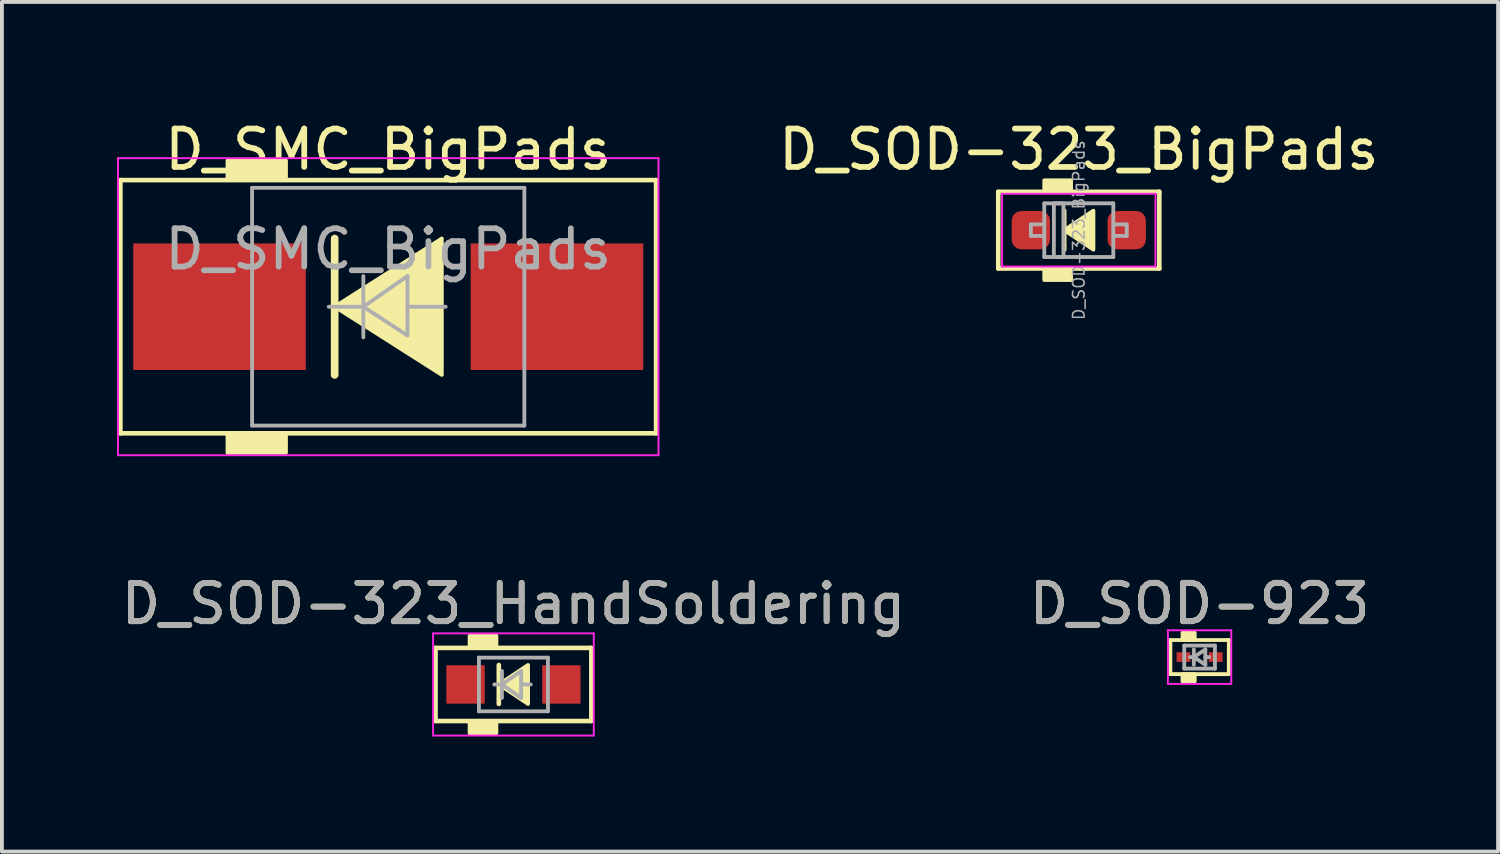
<source format=kicad_pcb>
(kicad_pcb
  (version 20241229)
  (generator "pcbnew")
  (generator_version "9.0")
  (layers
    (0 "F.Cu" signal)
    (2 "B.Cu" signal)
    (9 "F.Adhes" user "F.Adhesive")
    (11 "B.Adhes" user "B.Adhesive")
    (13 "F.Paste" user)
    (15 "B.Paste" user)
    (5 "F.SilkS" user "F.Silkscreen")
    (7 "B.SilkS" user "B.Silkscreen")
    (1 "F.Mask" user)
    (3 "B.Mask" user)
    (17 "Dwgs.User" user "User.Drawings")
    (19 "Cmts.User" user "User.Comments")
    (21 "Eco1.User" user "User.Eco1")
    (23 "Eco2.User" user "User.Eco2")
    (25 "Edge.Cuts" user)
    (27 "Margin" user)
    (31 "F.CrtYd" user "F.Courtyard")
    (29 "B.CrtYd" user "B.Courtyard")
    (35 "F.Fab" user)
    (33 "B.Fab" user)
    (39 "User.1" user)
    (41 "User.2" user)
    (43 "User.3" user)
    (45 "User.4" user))
  (footprint "D_SMC_BigPads"
    (layer "F.Cu")
    (at 7.074 4.948)
    (property "Reference" "D_SMC_BigPads" (at 0 -4.1 0) (layer "F.SilkS") (effects (font (size 1 1) (thickness 0.15))))
    (attr smd)
    (fp_line (start -6.985 -3.302) (end -6.985 3.302) (stroke (width 0.12) (type solid)) (layer "F.SilkS"))
    (fp_line (start -6.985 3.302) (end 6.985 3.302) (stroke (width 0.12) (type solid)) (layer "F.SilkS"))
    (fp_line (start -1.397 -1.778) (end -1.397 1.778) (stroke (width 0.2) (type solid)) (layer "F.SilkS"))
    (fp_line (start 6.985 -3.302) (end -6.985 -3.302) (stroke (width 0.12) (type solid)) (layer "F.SilkS"))
    (fp_line (start 6.985 3.302) (end 6.985 -3.302) (stroke (width 0.12) (type solid)) (layer "F.SilkS"))
    (fp_poly (pts (xy 1.397 1.778) (xy -1.397 0) (xy 1.397 -1.778)) (stroke (width 0.1) (type solid)) (fill yes) (layer "F.SilkS"))
    (fp_poly (pts (xy -2.667 -3.302) (xy -4.191 -3.302) (xy -4.191 -3.81) (xy -2.667 -3.81)) (stroke (width 0.1) (type solid)) (fill yes) (layer "F.SilkS"))
    (fp_poly (pts (xy -2.667 3.81) (xy -4.191 3.81) (xy -4.191 3.302) (xy -2.667 3.302)) (stroke (width 0.1) (type solid)) (fill yes) (layer "F.SilkS"))
    (fp_line (start -7.048 -3.873) (end 7.048 -3.873) (stroke (width 0.05) (type solid)) (layer "F.CrtYd"))
    (fp_line (start -7.048 3.873) (end -7.048 -3.873) (stroke (width 0.05) (type solid)) (layer "F.CrtYd"))
    (fp_line (start 7.048 -3.873) (end 7.048 3.873) (stroke (width 0.05) (type solid)) (layer "F.CrtYd"))
    (fp_line (start 7.048 3.873) (end -7.048 3.873) (stroke (width 0.05) (type solid)) (layer "F.CrtYd"))
    (fp_line (start -3.55 3.1) (end -3.55 -3.1) (stroke (width 0.1) (type solid)) (layer "F.Fab"))
    (fp_line (start -0.649 -0.799) (end -0.649 0.801) (stroke (width 0.1) (type solid)) (layer "F.Fab"))
    (fp_line (start -0.649 0.001) (end -1.551 0.001) (stroke (width 0.1) (type solid)) (layer "F.Fab"))
    (fp_line (start -0.649 0.001) (end 0.501 -0.799) (stroke (width 0.1) (type solid)) (layer "F.Fab"))
    (fp_line (start -0.649 0.001) (end 0.501 0.75) (stroke (width 0.1) (type solid)) (layer "F.Fab"))
    (fp_line (start 0.501 0.001) (end 1.499 0.001) (stroke (width 0.1) (type solid)) (layer "F.Fab"))
    (fp_line (start 0.501 0.75) (end 0.501 -0.799) (stroke (width 0.1) (type solid)) (layer "F.Fab"))
    (fp_line (start 3.55 -3.1) (end -3.55 -3.1) (stroke (width 0.1) (type solid)) (layer "F.Fab"))
    (fp_line (start 3.55 -3.1) (end 3.55 3.1) (stroke (width 0.1) (type solid)) (layer "F.Fab"))
    (fp_line (start 3.55 3.1) (end -3.55 3.1) (stroke (width 0.1) (type solid)) (layer "F.Fab"))
    (fp_text user "${REFERENCE}" (at 0 -1.5 0) (layer "F.Fab") (effects (font (size 1 1) (thickness 0.15))))
    (pad "1" smd rect (at -4.4 0 90) (size 3.3 4.5) (layers "F.Cu" "F.Mask" "F.Paste"))
    (pad "2" smd rect (at 4.4 0 90) (size 3.3 4.5) (layers "F.Cu" "F.Mask" "F.Paste")))
  (footprint "D_SOD-923"
    (layer "F.Cu")
    (at 28.232 14.085)
    (property "Reference" "D_SOD-923" (at 0 -1.391 0) (layer "F.SilkS") (effects (font (size 1 1) (thickness 0.15))))
    (attr smd)
    (fp_line (start -0.762 -0.445) (end -0.762 0.445) (stroke (width 0.1) (type solid)) (layer "F.SilkS"))
    (fp_line (start -0.762 0.445) (end 0.762 0.445) (stroke (width 0.1) (type solid)) (layer "F.SilkS"))
    (fp_line (start 0.762 -0.445) (end -0.762 -0.445) (stroke (width 0.1) (type solid)) (layer "F.SilkS"))
    (fp_line (start 0.762 0.445) (end 0.762 -0.445) (stroke (width 0.1) (type solid)) (layer "F.SilkS"))
    (fp_poly (pts (xy -0.127 -0.445) (xy -0.445 -0.445) (xy -0.445 -0.635) (xy -0.127 -0.635)) (stroke (width 0.1) (type solid)) (fill yes) (layer "F.SilkS"))
    (fp_poly (pts (xy -0.127 0.635) (xy -0.445 0.635) (xy -0.445 0.445) (xy -0.127 0.445)) (stroke (width 0.1) (type solid)) (fill yes) (layer "F.SilkS"))
    (fp_line (start -0.826 -0.699) (end -0.826 0.699) (stroke (width 0.05) (type solid)) (layer "F.CrtYd"))
    (fp_line (start -0.826 -0.699) (end 0.826 -0.699) (stroke (width 0.05) (type solid)) (layer "F.CrtYd"))
    (fp_line (start 0.826 -0.699) (end 0.826 0.699) (stroke (width 0.05) (type solid)) (layer "F.CrtYd"))
    (fp_line (start 0.826 0.699) (end -0.826 0.699) (stroke (width 0.05) (type solid)) (layer "F.CrtYd"))
    (fp_line (start -0.4 -0.3) (end 0.4 -0.3) (stroke (width 0.1) (type solid)) (layer "F.Fab"))
    (fp_line (start -0.4 0.3) (end -0.4 -0.3) (stroke (width 0.1) (type solid)) (layer "F.Fab"))
    (fp_line (start -0.15 0) (end -0.25 0) (stroke (width 0.1) (type solid)) (layer "F.Fab"))
    (fp_line (start -0.15 0) (end 0.15 0.2) (stroke (width 0.1) (type solid)) (layer "F.Fab"))
    (fp_line (start -0.15 0.2) (end -0.15 -0.2) (stroke (width 0.1) (type solid)) (layer "F.Fab"))
    (fp_line (start 0.15 -0.2) (end -0.15 0) (stroke (width 0.1) (type solid)) (layer "F.Fab"))
    (fp_line (start 0.15 0) (end 0.25 0) (stroke (width 0.1) (type solid)) (layer "F.Fab"))
    (fp_line (start 0.15 0.2) (end 0.15 -0.2) (stroke (width 0.1) (type solid)) (layer "F.Fab"))
    (fp_line (start 0.4 -0.3) (end 0.4 0.3) (stroke (width 0.1) (type solid)) (layer "F.Fab"))
    (fp_line (start 0.4 0.3) (end -0.4 0.3) (stroke (width 0.1) (type solid)) (layer "F.Fab"))
    (fp_text user "${REFERENCE}" (at 0 -1.391 0) (layer "F.Fab") (effects (font (size 1 1) (thickness 0.15))))
    (pad "1" smd rect (at -0.42 0 180) (size 0.36 0.25) (layers "F.Cu" "F.Mask" "F.Paste"))
    (pad "2" smd rect (at 0.42 0 180) (size 0.36 0.25) (layers "F.Cu" "F.Mask" "F.Paste")))
  (footprint "D_SOD-323_BigPads"
    (layer "F.Cu")
    (at 25.082 2.952)
    (property "Reference" "D_SOD-323_BigPads" (at 0 -2.104 0) (layer "F.SilkS") (effects (font (size 1 1) (thickness 0.15))))
    (attr smd)
    (fp_line (start -2.1 -1) (end -2.1 1) (stroke (width 0.12) (type solid)) (layer "F.SilkS"))
    (fp_line (start -2.1 1) (end 2.1 1) (stroke (width 0.12) (type solid)) (layer "F.SilkS"))
    (fp_line (start -0.381 -0.508) (end -0.381 0.508) (stroke (width 0.12) (type solid)) (layer "F.SilkS"))
    (fp_line (start 2.1 -1) (end -2.1 -1) (stroke (width 0.12) (type solid)) (layer "F.SilkS"))
    (fp_line (start 2.1 1) (end 2.1 -1) (stroke (width 0.12) (type solid)) (layer "F.SilkS"))
    (fp_poly (pts (xy 0.381 0.508) (xy -0.381 0) (xy 0.381 -0.508)) (stroke (width 0.1) (type solid)) (fill yes) (layer "F.SilkS"))
    (fp_poly (pts (xy -0.202 -1) (xy -0.9 -1) (xy -0.9 -1.3) (xy -0.202 -1.3)) (stroke (width 0.1) (type solid)) (fill yes) (layer "F.SilkS"))
    (fp_poly (pts (xy -0.202 1.3) (xy -0.9 1.3) (xy -0.9 1) (xy -0.202 1)) (stroke (width 0.1) (type solid)) (fill yes) (layer "F.SilkS"))
    (fp_line (start -2 -0.95) (end -2 0.95) (stroke (width 0.05) (type solid)) (layer "F.CrtYd"))
    (fp_line (start -2 -0.95) (end 2 -0.95) (stroke (width 0.05) (type solid)) (layer "F.CrtYd"))
    (fp_line (start -2 0.95) (end 2 0.95) (stroke (width 0.05) (type solid)) (layer "F.CrtYd"))
    (fp_line (start 2 -0.95) (end 2 0.95) (stroke (width 0.05) (type solid)) (layer "F.CrtYd"))
    (fp_line (start -1.25 -0.15) (end -1.25 0.15) (stroke (width 0.1) (type solid)) (layer "F.Fab"))
    (fp_line (start -1.25 -0.15) (end -0.9 -0.15) (stroke (width 0.1) (type solid)) (layer "F.Fab"))
    (fp_line (start -1.25 0.15) (end -0.9 0.15) (stroke (width 0.1) (type solid)) (layer "F.Fab"))
    (fp_line (start -0.9 -0.7) (end 0.9 -0.7) (stroke (width 0.1) (type solid)) (layer "F.Fab"))
    (fp_line (start -0.9 0.7) (end -0.9 -0.7) (stroke (width 0.1) (type solid)) (layer "F.Fab"))
    (fp_line (start 0.9 -0.7) (end 0.9 0.7) (stroke (width 0.1) (type solid)) (layer "F.Fab"))
    (fp_line (start 0.9 0.7) (end -0.9 0.7) (stroke (width 0.1) (type solid)) (layer "F.Fab"))
    (fp_line (start 1.25 -0.15) (end 0.9 -0.15) (stroke (width 0.1) (type solid)) (layer "F.Fab"))
    (fp_line (start 1.25 0.15) (end 0.9 0.15) (stroke (width 0.1) (type solid)) (layer "F.Fab"))
    (fp_line (start 1.25 0.15) (end 1.25 -0.15) (stroke (width 0.1) (type solid)) (layer "F.Fab"))
    (fp_rect (start -0.65 -0.7) (end -0.4 0.7) (stroke (width 0.1) (type solid)) (fill no) (layer "F.Fab"))
    (fp_text user "${REFERENCE}" (at 0 0 90) (layer "F.Fab") (effects (font (size 0.3 0.3) (thickness 0.04))))
    (pad "1" smd roundrect (at -1.25 0) (size 1 1) (layers "F.Cu" "F.Mask" "F.Paste") (roundrect_rratio 0.25))
    (pad "2" smd roundrect (at 1.25 0) (size 1 1) (layers "F.Cu" "F.Mask" "F.Paste") (roundrect_rratio 0.25)))
  (footprint "D_SOD-323_HandSoldering"
    (layer "F.Cu")
    (at 10.339 14.799)
    (property "Reference" "D_SOD-323_HandSoldering" (at 0 -2.104 0) (layer "F.SilkS") (effects (font (size 1 1) (thickness 0.15))))
    (attr smd)
    (fp_line (start -2.032 -0.953) (end -2.032 0.953) (stroke (width 0.12) (type solid)) (layer "F.SilkS"))
    (fp_line (start -2.032 0.953) (end 2.032 0.953) (stroke (width 0.12) (type solid)) (layer "F.SilkS"))
    (fp_line (start -0.381 -0.508) (end -0.381 0.508) (stroke (width 0.12) (type solid)) (layer "F.SilkS"))
    (fp_line (start 2.032 -0.953) (end -2.032 -0.953) (stroke (width 0.12) (type solid)) (layer "F.SilkS"))
    (fp_line (start 2.032 0.953) (end 2.032 -0.953) (stroke (width 0.12) (type solid)) (layer "F.SilkS"))
    (fp_poly (pts (xy 0.381 0.508) (xy -0.381 0) (xy 0.381 -0.508)) (stroke (width 0.1) (type solid)) (fill yes) (layer "F.SilkS"))
    (fp_poly (pts (xy -0.445 -0.953) (xy -1.143 -0.953) (xy -1.143 -1.27) (xy -0.445 -1.27)) (stroke (width 0.1) (type solid)) (fill yes) (layer "F.SilkS"))
    (fp_poly (pts (xy -0.445 1.27) (xy -1.143 1.27) (xy -1.143 0.953) (xy -0.445 0.953)) (stroke (width 0.1) (type solid)) (fill yes) (layer "F.SilkS"))
    (fp_line (start -2.095 -1.333) (end -2.095 1.333) (stroke (width 0.05) (type solid)) (layer "F.CrtYd"))
    (fp_line (start -2.095 -1.333) (end 2.095 -1.333) (stroke (width 0.05) (type solid)) (layer "F.CrtYd"))
    (fp_line (start -2.095 1.333) (end 2.095 1.333) (stroke (width 0.05) (type solid)) (layer "F.CrtYd"))
    (fp_line (start 2.095 -1.333) (end 2.095 1.333) (stroke (width 0.05) (type solid)) (layer "F.CrtYd"))
    (fp_line (start -0.9 -0.7) (end 0.9 -0.7) (stroke (width 0.1) (type solid)) (layer "F.Fab"))
    (fp_line (start -0.9 0.7) (end -0.9 -0.7) (stroke (width 0.1) (type solid)) (layer "F.Fab"))
    (fp_line (start -0.3 -0.35) (end -0.3 0.35) (stroke (width 0.1) (type solid)) (layer "F.Fab"))
    (fp_line (start -0.3 0) (end -0.5 0) (stroke (width 0.1) (type solid)) (layer "F.Fab"))
    (fp_line (start -0.3 0) (end 0.2 -0.35) (stroke (width 0.1) (type solid)) (layer "F.Fab"))
    (fp_line (start 0.2 -0.35) (end 0.2 0.35) (stroke (width 0.1) (type solid)) (layer "F.Fab"))
    (fp_line (start 0.2 0) (end 0.45 0) (stroke (width 0.1) (type solid)) (layer "F.Fab"))
    (fp_line (start 0.2 0.35) (end -0.3 0) (stroke (width 0.1) (type solid)) (layer "F.Fab"))
    (fp_line (start 0.9 -0.7) (end 0.9 0.7) (stroke (width 0.1) (type solid)) (layer "F.Fab"))
    (fp_line (start 0.9 0.7) (end -0.9 0.7) (stroke (width 0.1) (type solid)) (layer "F.Fab"))
    (fp_text user "${REFERENCE}" (at 0 -2.104 0) (layer "F.Fab") (effects (font (size 1 1) (thickness 0.15))))
    (pad "1" smd rect (at -1.25 0) (size 1 1) (layers "F.Cu" "F.Mask" "F.Paste"))
    (pad "2" smd rect (at 1.25 0) (size 1 1) (layers "F.Cu" "F.Mask" "F.Paste")))
  (gr_rect
    (start -3 -3)
    (end 36.016 19.157)
    (stroke (width 0.1) (type default))
    (fill no)
    (layer "Edge.Cuts")))
</source>
